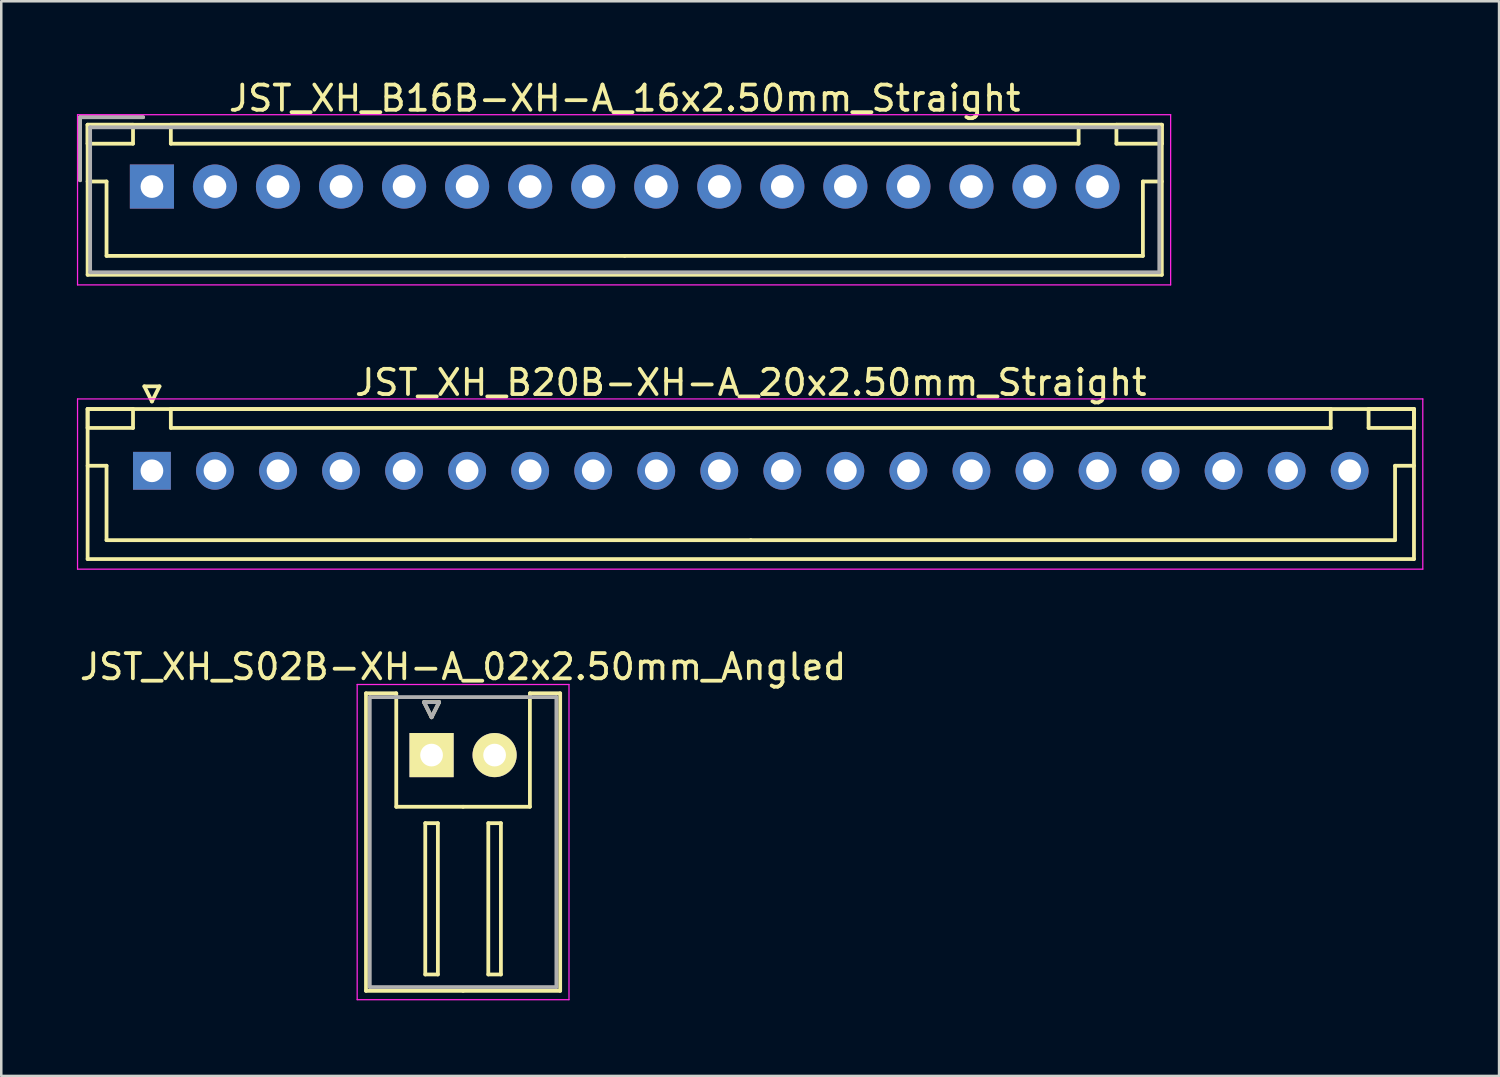
<source format=kicad_pcb>
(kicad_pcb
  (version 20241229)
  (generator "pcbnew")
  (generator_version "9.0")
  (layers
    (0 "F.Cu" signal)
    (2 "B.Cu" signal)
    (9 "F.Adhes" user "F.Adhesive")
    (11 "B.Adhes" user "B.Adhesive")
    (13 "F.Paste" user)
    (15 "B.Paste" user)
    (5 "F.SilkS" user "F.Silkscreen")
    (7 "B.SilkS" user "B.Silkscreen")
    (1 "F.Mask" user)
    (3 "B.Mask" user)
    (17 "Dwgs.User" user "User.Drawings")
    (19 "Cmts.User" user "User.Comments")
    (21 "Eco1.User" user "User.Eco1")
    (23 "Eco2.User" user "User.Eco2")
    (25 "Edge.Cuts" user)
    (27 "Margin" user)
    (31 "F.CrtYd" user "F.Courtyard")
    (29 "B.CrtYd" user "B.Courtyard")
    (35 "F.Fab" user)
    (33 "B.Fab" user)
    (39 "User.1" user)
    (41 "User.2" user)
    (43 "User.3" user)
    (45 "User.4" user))
  (footprint "JST_XH_B16B-XH-A_16x2.50mm_Straight"
    (layer "F.Cu")
    (at 2.975 4.348)
    (property "Reference" "JST_XH_B16B-XH-A_16x2.50mm_Straight" (at 18.75 -3.5 0) (layer "F.SilkS") (effects (font (size 1 1) (thickness 0.15))))
    (attr through_hole)
    (fp_line (start -2.85 -2.75) (end -2.85 -0.25) (stroke (width 0.15) (type solid)) (layer "F.SilkS"))
    (fp_line (start -2.55 -2.45) (end -2.55 -1.7) (stroke (width 0.15) (type solid)) (layer "F.SilkS"))
    (fp_line (start -2.55 -2.45) (end -2.55 3.5) (stroke (width 0.15) (type solid)) (layer "F.SilkS"))
    (fp_line (start -2.55 -1.7) (end -0.75 -1.7) (stroke (width 0.15) (type solid)) (layer "F.SilkS"))
    (fp_line (start -2.55 -0.2) (end -1.8 -0.2) (stroke (width 0.15) (type solid)) (layer "F.SilkS"))
    (fp_line (start -2.55 3.5) (end 40.05 3.5) (stroke (width 0.15) (type solid)) (layer "F.SilkS"))
    (fp_line (start -1.8 -0.2) (end -1.8 2.75) (stroke (width 0.15) (type solid)) (layer "F.SilkS"))
    (fp_line (start -1.8 2.75) (end 18.75 2.75) (stroke (width 0.15) (type solid)) (layer "F.SilkS"))
    (fp_line (start -0.75 -2.45) (end -2.55 -2.45) (stroke (width 0.15) (type solid)) (layer "F.SilkS"))
    (fp_line (start -0.75 -1.7) (end -0.75 -2.45) (stroke (width 0.15) (type solid)) (layer "F.SilkS"))
    (fp_line (start -0.35 -2.75) (end -2.85 -2.75) (stroke (width 0.15) (type solid)) (layer "F.SilkS"))
    (fp_line (start 0.75 -2.45) (end 0.75 -1.7) (stroke (width 0.15) (type solid)) (layer "F.SilkS"))
    (fp_line (start 0.75 -1.7) (end 36.75 -1.7) (stroke (width 0.15) (type solid)) (layer "F.SilkS"))
    (fp_line (start 36.75 -2.45) (end 0.75 -2.45) (stroke (width 0.15) (type solid)) (layer "F.SilkS"))
    (fp_line (start 36.75 -1.7) (end 36.75 -2.45) (stroke (width 0.15) (type solid)) (layer "F.SilkS"))
    (fp_line (start 38.25 -2.45) (end 38.25 -1.7) (stroke (width 0.15) (type solid)) (layer "F.SilkS"))
    (fp_line (start 38.25 -1.7) (end 40.05 -1.7) (stroke (width 0.15) (type solid)) (layer "F.SilkS"))
    (fp_line (start 39.3 -0.2) (end 39.3 2.75) (stroke (width 0.15) (type solid)) (layer "F.SilkS"))
    (fp_line (start 39.3 2.75) (end 18.75 2.75) (stroke (width 0.15) (type solid)) (layer "F.SilkS"))
    (fp_line (start 40.05 -2.45) (end -2.55 -2.45) (stroke (width 0.15) (type solid)) (layer "F.SilkS"))
    (fp_line (start 40.05 -2.45) (end 38.25 -2.45) (stroke (width 0.15) (type solid)) (layer "F.SilkS"))
    (fp_line (start 40.05 -1.7) (end 40.05 -2.45) (stroke (width 0.15) (type solid)) (layer "F.SilkS"))
    (fp_line (start 40.05 -0.2) (end 39.3 -0.2) (stroke (width 0.15) (type solid)) (layer "F.SilkS"))
    (fp_line (start 40.05 3.5) (end 40.05 -2.45) (stroke (width 0.15) (type solid)) (layer "F.SilkS"))
    (fp_line (start -2.95 -2.85) (end -2.95 3.9) (stroke (width 0.05) (type solid)) (layer "F.CrtYd"))
    (fp_line (start -2.95 3.9) (end 40.4 3.9) (stroke (width 0.05) (type solid)) (layer "F.CrtYd"))
    (fp_line (start 40.4 -2.85) (end -2.95 -2.85) (stroke (width 0.05) (type solid)) (layer "F.CrtYd"))
    (fp_line (start 40.4 3.9) (end 40.4 -2.85) (stroke (width 0.05) (type solid)) (layer "F.CrtYd"))
    (fp_line (start -2.85 -2.75) (end -2.85 -0.25) (stroke (width 0.15) (type solid)) (layer "F.Fab"))
    (fp_line (start -2.45 -2.35) (end -2.45 3.4) (stroke (width 0.15) (type solid)) (layer "F.Fab"))
    (fp_line (start -2.45 3.4) (end 39.95 3.4) (stroke (width 0.15) (type solid)) (layer "F.Fab"))
    (fp_line (start -0.35 -2.75) (end -2.85 -2.75) (stroke (width 0.15) (type solid)) (layer "F.Fab"))
    (fp_line (start 39.95 -2.35) (end -2.45 -2.35) (stroke (width 0.15) (type solid)) (layer "F.Fab"))
    (fp_line (start 39.95 3.4) (end 39.95 -2.35) (stroke (width 0.15) (type solid)) (layer "F.Fab"))
    (pad "1" thru_hole rect (at 0 0) (size 1.75 1.75) (drill 0.9) (layers "*.Cu" "*.Mask"))
    (pad "2" thru_hole circle (at 2.5 0) (size 1.75 1.75) (drill 0.9) (layers "*.Cu" "*.Mask"))
    (pad "3" thru_hole circle (at 5 0) (size 1.75 1.75) (drill 0.9) (layers "*.Cu" "*.Mask"))
    (pad "4" thru_hole circle (at 7.5 0) (size 1.75 1.75) (drill 0.9) (layers "*.Cu" "*.Mask"))
    (pad "5" thru_hole circle (at 10 0) (size 1.75 1.75) (drill 0.9) (layers "*.Cu" "*.Mask"))
    (pad "6" thru_hole circle (at 12.5 0) (size 1.75 1.75) (drill 0.9) (layers "*.Cu" "*.Mask"))
    (pad "7" thru_hole circle (at 15 0) (size 1.75 1.75) (drill 0.9) (layers "*.Cu" "*.Mask"))
    (pad "8" thru_hole circle (at 17.5 0) (size 1.75 1.75) (drill 0.9) (layers "*.Cu" "*.Mask"))
    (pad "9" thru_hole circle (at 20 0) (size 1.75 1.75) (drill 0.9) (layers "*.Cu" "*.Mask"))
    (pad "10" thru_hole circle (at 22.5 0) (size 1.75 1.75) (drill 0.9) (layers "*.Cu" "*.Mask"))
    (pad "11" thru_hole circle (at 25 0) (size 1.75 1.75) (drill 0.9) (layers "*.Cu" "*.Mask"))
    (pad "12" thru_hole circle (at 27.5 0) (size 1.75 1.75) (drill 0.9) (layers "*.Cu" "*.Mask"))
    (pad "13" thru_hole circle (at 30 0) (size 1.75 1.75) (drill 0.9) (layers "*.Cu" "*.Mask"))
    (pad "14" thru_hole circle (at 32.5 0) (size 1.75 1.75) (drill 0.9) (layers "*.Cu" "*.Mask"))
    (pad "15" thru_hole circle (at 35 0) (size 1.75 1.75) (drill 0.9) (layers "*.Cu" "*.Mask"))
    (pad "16" thru_hole circle (at 37.5 0) (size 1.75 1.75) (drill 0.9) (layers "*.Cu" "*.Mask")))
  (footprint "JST_XH_B20B-XH-A_20x2.50mm_Straight"
    (layer "F.Cu")
    (at 2.975 15.621)
    (property "Reference" "JST_XH_B20B-XH-A_20x2.50mm_Straight" (at 23.75 -3.5 0) (layer "F.SilkS") (effects (font (size 1 1) (thickness 0.15))))
    (attr through_hole)
    (fp_line (start -2.55 -2.45) (end -2.55 -1.7) (stroke (width 0.15) (type solid)) (layer "F.SilkS"))
    (fp_line (start -2.55 -2.45) (end -2.55 3.5) (stroke (width 0.15) (type solid)) (layer "F.SilkS"))
    (fp_line (start -2.55 -1.7) (end -0.75 -1.7) (stroke (width 0.15) (type solid)) (layer "F.SilkS"))
    (fp_line (start -2.55 -0.2) (end -1.8 -0.2) (stroke (width 0.15) (type solid)) (layer "F.SilkS"))
    (fp_line (start -2.55 3.5) (end 50.05 3.5) (stroke (width 0.15) (type solid)) (layer "F.SilkS"))
    (fp_line (start -1.8 -0.2) (end -1.8 2.75) (stroke (width 0.15) (type solid)) (layer "F.SilkS"))
    (fp_line (start -1.8 2.75) (end 23.75 2.75) (stroke (width 0.15) (type solid)) (layer "F.SilkS"))
    (fp_line (start -0.75 -2.45) (end -2.55 -2.45) (stroke (width 0.15) (type solid)) (layer "F.SilkS"))
    (fp_line (start -0.75 -1.7) (end -0.75 -2.45) (stroke (width 0.15) (type solid)) (layer "F.SilkS"))
    (fp_line (start -0.3 -3.35) (end 0.3 -3.35) (stroke (width 0.15) (type solid)) (layer "F.SilkS"))
    (fp_line (start 0 -2.75) (end -0.3 -3.35) (stroke (width 0.15) (type solid)) (layer "F.SilkS"))
    (fp_line (start 0.3 -3.35) (end 0 -2.75) (stroke (width 0.15) (type solid)) (layer "F.SilkS"))
    (fp_line (start 0.75 -2.45) (end 0.75 -1.7) (stroke (width 0.15) (type solid)) (layer "F.SilkS"))
    (fp_line (start 0.75 -1.7) (end 46.75 -1.7) (stroke (width 0.15) (type solid)) (layer "F.SilkS"))
    (fp_line (start 46.75 -2.45) (end 0.75 -2.45) (stroke (width 0.15) (type solid)) (layer "F.SilkS"))
    (fp_line (start 46.75 -1.7) (end 46.75 -2.45) (stroke (width 0.15) (type solid)) (layer "F.SilkS"))
    (fp_line (start 48.25 -2.45) (end 48.25 -1.7) (stroke (width 0.15) (type solid)) (layer "F.SilkS"))
    (fp_line (start 48.25 -1.7) (end 50.05 -1.7) (stroke (width 0.15) (type solid)) (layer "F.SilkS"))
    (fp_line (start 49.3 -0.2) (end 49.3 2.75) (stroke (width 0.15) (type solid)) (layer "F.SilkS"))
    (fp_line (start 49.3 2.75) (end 23.75 2.75) (stroke (width 0.15) (type solid)) (layer "F.SilkS"))
    (fp_line (start 50.05 -2.45) (end -2.55 -2.45) (stroke (width 0.15) (type solid)) (layer "F.SilkS"))
    (fp_line (start 50.05 -2.45) (end 48.25 -2.45) (stroke (width 0.15) (type solid)) (layer "F.SilkS"))
    (fp_line (start 50.05 -1.7) (end 50.05 -2.45) (stroke (width 0.15) (type solid)) (layer "F.SilkS"))
    (fp_line (start 50.05 -0.2) (end 49.3 -0.2) (stroke (width 0.15) (type solid)) (layer "F.SilkS"))
    (fp_line (start 50.05 3.5) (end 50.05 -2.45) (stroke (width 0.15) (type solid)) (layer "F.SilkS"))
    (fp_line (start -2.95 -2.85) (end -2.95 3.9) (stroke (width 0.05) (type solid)) (layer "F.CrtYd"))
    (fp_line (start -2.95 3.9) (end 50.4 3.9) (stroke (width 0.05) (type solid)) (layer "F.CrtYd"))
    (fp_line (start 50.4 -2.85) (end -2.95 -2.85) (stroke (width 0.05) (type solid)) (layer "F.CrtYd"))
    (fp_line (start 50.4 3.9) (end 50.4 -2.85) (stroke (width 0.05) (type solid)) (layer "F.CrtYd"))
    (pad "1" thru_hole rect (at 0 0) (size 1.5 1.5) (drill 0.9) (layers "*.Cu" "*.Mask"))
    (pad "2" thru_hole circle (at 2.5 0) (size 1.5 1.5) (drill 0.9) (layers "*.Cu" "*.Mask"))
    (pad "3" thru_hole circle (at 5 0) (size 1.5 1.5) (drill 0.9) (layers "*.Cu" "*.Mask"))
    (pad "4" thru_hole circle (at 7.5 0) (size 1.5 1.5) (drill 0.9) (layers "*.Cu" "*.Mask"))
    (pad "5" thru_hole circle (at 10 0) (size 1.5 1.5) (drill 0.9) (layers "*.Cu" "*.Mask"))
    (pad "6" thru_hole circle (at 12.5 0) (size 1.5 1.5) (drill 0.9) (layers "*.Cu" "*.Mask"))
    (pad "7" thru_hole circle (at 15 0) (size 1.5 1.5) (drill 0.9) (layers "*.Cu" "*.Mask"))
    (pad "8" thru_hole circle (at 17.5 0) (size 1.5 1.5) (drill 0.9) (layers "*.Cu" "*.Mask"))
    (pad "9" thru_hole circle (at 20 0) (size 1.5 1.5) (drill 0.9) (layers "*.Cu" "*.Mask"))
    (pad "10" thru_hole circle (at 22.5 0) (size 1.5 1.5) (drill 0.9) (layers "*.Cu" "*.Mask"))
    (pad "11" thru_hole circle (at 25 0) (size 1.5 1.5) (drill 0.9) (layers "*.Cu" "*.Mask"))
    (pad "12" thru_hole circle (at 27.5 0) (size 1.5 1.5) (drill 0.9) (layers "*.Cu" "*.Mask"))
    (pad "13" thru_hole circle (at 30 0) (size 1.5 1.5) (drill 0.9) (layers "*.Cu" "*.Mask"))
    (pad "14" thru_hole circle (at 32.5 0) (size 1.5 1.5) (drill 0.9) (layers "*.Cu" "*.Mask"))
    (pad "15" thru_hole circle (at 35 0) (size 1.5 1.5) (drill 0.9) (layers "*.Cu" "*.Mask"))
    (pad "16" thru_hole circle (at 37.5 0) (size 1.5 1.5) (drill 0.9) (layers "*.Cu" "*.Mask"))
    (pad "17" thru_hole circle (at 40 0) (size 1.5 1.5) (drill 0.9) (layers "*.Cu" "*.Mask"))
    (pad "18" thru_hole circle (at 42.5 0) (size 1.5 1.5) (drill 0.9) (layers "*.Cu" "*.Mask"))
    (pad "19" thru_hole circle (at 45 0) (size 1.5 1.5) (drill 0.9) (layers "*.Cu" "*.Mask"))
    (pad "20" thru_hole circle (at 47.5 0) (size 1.5 1.5) (drill 0.9) (layers "*.Cu" "*.Mask")))
  (footprint "JST_XH_S02B-XH-A_02x2.50mm_Angled"
    (layer "F.Cu")
    (at 14.065 26.895)
    (property "Reference" "JST_XH_S02B-XH-A_02x2.50mm_Angled" (at 1.25 -3.5 0) (layer "F.SilkS") (effects (font (size 1 1) (thickness 0.15))))
    (attr through_hole)
    (fp_line (start -2.6 -2.45) (end -1.4 -2.45) (stroke (width 0.15) (type solid)) (layer "F.SilkS"))
    (fp_line (start -2.6 9.35) (end -2.6 -2.45) (stroke (width 0.15) (type solid)) (layer "F.SilkS"))
    (fp_line (start -1.4 -2.45) (end -1.4 2.05) (stroke (width 0.15) (type solid)) (layer "F.SilkS"))
    (fp_line (start -1.4 2.05) (end 1.25 2.05) (stroke (width 0.15) (type solid)) (layer "F.SilkS"))
    (fp_line (start -0.3 -2.1) (end 0.3 -2.1) (stroke (width 0.15) (type solid)) (layer "F.SilkS"))
    (fp_line (start -0.25 2.7) (end -0.25 8.7) (stroke (width 0.15) (type solid)) (layer "F.SilkS"))
    (fp_line (start -0.25 8.7) (end 0.25 8.7) (stroke (width 0.15) (type solid)) (layer "F.SilkS"))
    (fp_line (start 0 -1.5) (end -0.3 -2.1) (stroke (width 0.15) (type solid)) (layer "F.SilkS"))
    (fp_line (start 0.25 2.7) (end -0.25 2.7) (stroke (width 0.15) (type solid)) (layer "F.SilkS"))
    (fp_line (start 0.25 8.7) (end 0.25 2.7) (stroke (width 0.15) (type solid)) (layer "F.SilkS"))
    (fp_line (start 0.3 -2.1) (end 0 -1.5) (stroke (width 0.15) (type solid)) (layer "F.SilkS"))
    (fp_line (start 1.25 9.35) (end -2.6 9.35) (stroke (width 0.15) (type solid)) (layer "F.SilkS"))
    (fp_line (start 1.25 9.35) (end 5.1 9.35) (stroke (width 0.15) (type solid)) (layer "F.SilkS"))
    (fp_line (start 2.25 2.7) (end 2.25 8.7) (stroke (width 0.15) (type solid)) (layer "F.SilkS"))
    (fp_line (start 2.25 8.7) (end 2.75 8.7) (stroke (width 0.15) (type solid)) (layer "F.SilkS"))
    (fp_line (start 2.75 2.7) (end 2.25 2.7) (stroke (width 0.15) (type solid)) (layer "F.SilkS"))
    (fp_line (start 2.75 8.7) (end 2.75 2.7) (stroke (width 0.15) (type solid)) (layer "F.SilkS"))
    (fp_line (start 3.9 -2.45) (end 3.9 2.05) (stroke (width 0.15) (type solid)) (layer "F.SilkS"))
    (fp_line (start 3.9 2.05) (end 1.25 2.05) (stroke (width 0.15) (type solid)) (layer "F.SilkS"))
    (fp_line (start 5.1 -2.45) (end 3.9 -2.45) (stroke (width 0.15) (type solid)) (layer "F.SilkS"))
    (fp_line (start 5.1 9.35) (end 5.1 -2.45) (stroke (width 0.15) (type solid)) (layer "F.SilkS"))
    (fp_line (start -2.95 -2.8) (end -2.95 9.7) (stroke (width 0.05) (type solid)) (layer "F.CrtYd"))
    (fp_line (start -2.95 9.7) (end 5.45 9.7) (stroke (width 0.05) (type solid)) (layer "F.CrtYd"))
    (fp_line (start 5.45 -2.8) (end -2.95 -2.8) (stroke (width 0.05) (type solid)) (layer "F.CrtYd"))
    (fp_line (start 5.45 9.7) (end 5.45 -2.8) (stroke (width 0.05) (type solid)) (layer "F.CrtYd"))
    (fp_line (start -2.45 -2.3) (end -2.45 9.2) (stroke (width 0.15) (type solid)) (layer "F.Fab"))
    (fp_line (start -2.45 9.2) (end 4.95 9.2) (stroke (width 0.15) (type solid)) (layer "F.Fab"))
    (fp_line (start -0.3 -2.1) (end 0.3 -2.1) (stroke (width 0.15) (type solid)) (layer "F.Fab"))
    (fp_line (start 0 -1.5) (end -0.3 -2.1) (stroke (width 0.15) (type solid)) (layer "F.Fab"))
    (fp_line (start 0.3 -2.1) (end 0 -1.5) (stroke (width 0.15) (type solid)) (layer "F.Fab"))
    (fp_line (start 4.95 -2.3) (end -2.45 -2.3) (stroke (width 0.15) (type solid)) (layer "F.Fab"))
    (fp_line (start 4.95 9.2) (end 4.95 -2.3) (stroke (width 0.15) (type solid)) (layer "F.Fab"))
    (pad "1" thru_hole rect (at 0 0) (size 1.75 1.75) (drill 0.9) (layers "*.Cu" "*.Mask" "F.SilkS"))
    (pad "2" thru_hole circle (at 2.5 0) (size 1.75 1.75) (drill 0.9) (layers "*.Cu" "*.Mask" "F.SilkS")))
  (gr_rect
    (start -3 -3)
    (end 56.4 39.62)
    (stroke (width 0.1) (type default))
    (fill no)
    (layer "Edge.Cuts")))
</source>
